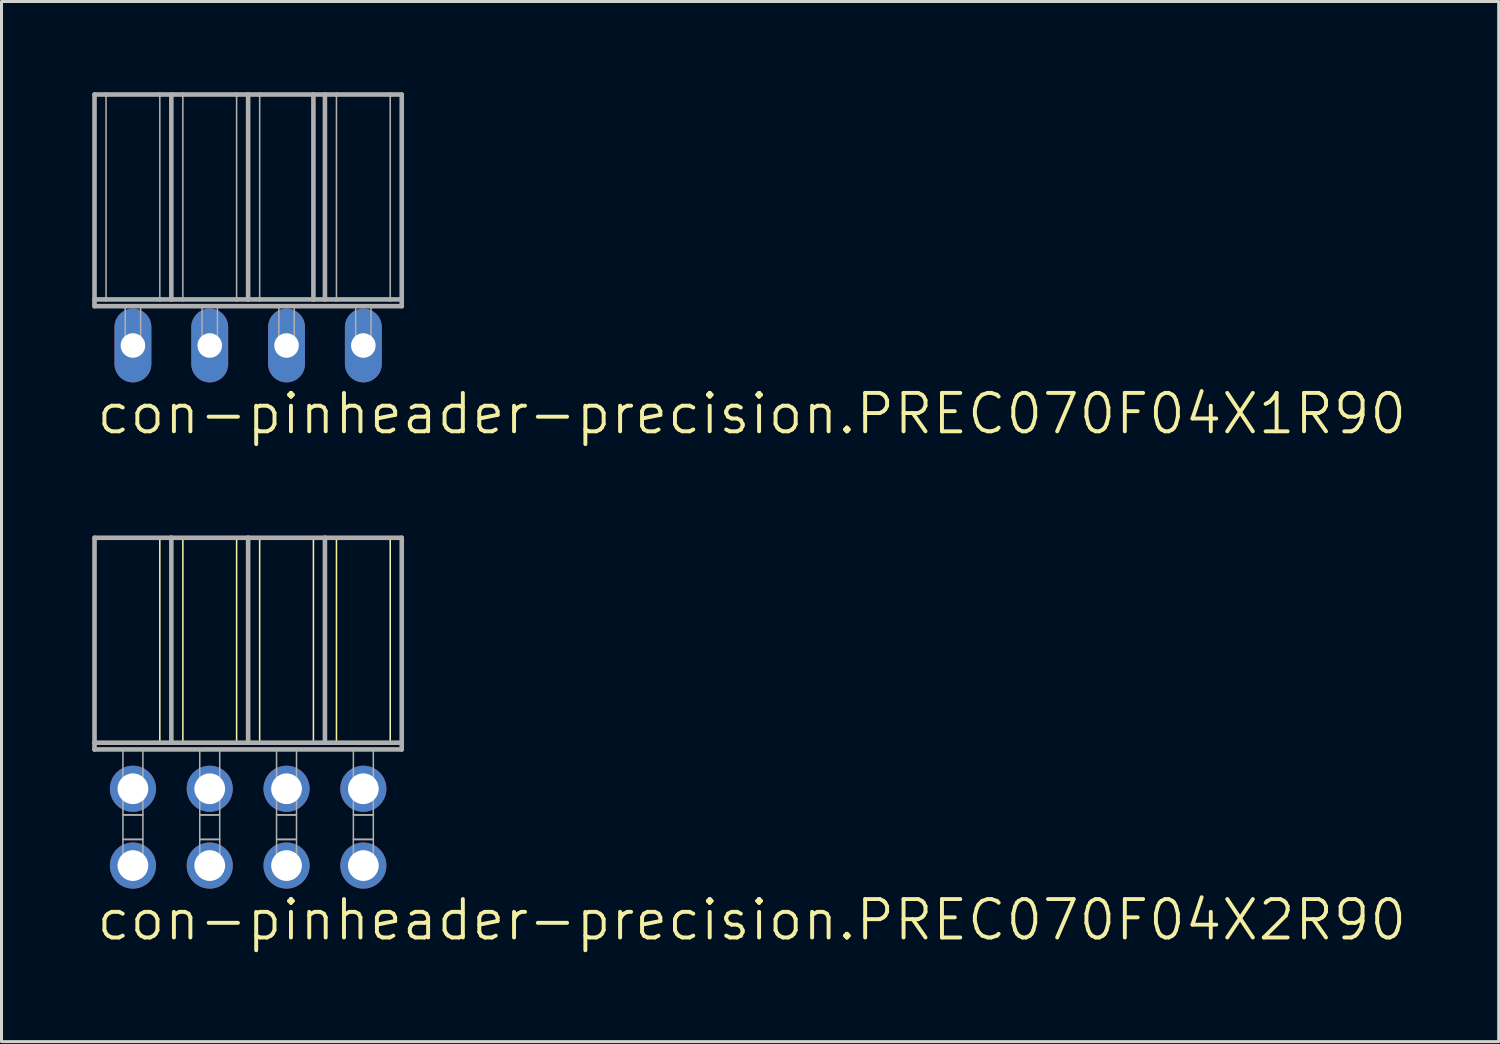
<source format=kicad_pcb>
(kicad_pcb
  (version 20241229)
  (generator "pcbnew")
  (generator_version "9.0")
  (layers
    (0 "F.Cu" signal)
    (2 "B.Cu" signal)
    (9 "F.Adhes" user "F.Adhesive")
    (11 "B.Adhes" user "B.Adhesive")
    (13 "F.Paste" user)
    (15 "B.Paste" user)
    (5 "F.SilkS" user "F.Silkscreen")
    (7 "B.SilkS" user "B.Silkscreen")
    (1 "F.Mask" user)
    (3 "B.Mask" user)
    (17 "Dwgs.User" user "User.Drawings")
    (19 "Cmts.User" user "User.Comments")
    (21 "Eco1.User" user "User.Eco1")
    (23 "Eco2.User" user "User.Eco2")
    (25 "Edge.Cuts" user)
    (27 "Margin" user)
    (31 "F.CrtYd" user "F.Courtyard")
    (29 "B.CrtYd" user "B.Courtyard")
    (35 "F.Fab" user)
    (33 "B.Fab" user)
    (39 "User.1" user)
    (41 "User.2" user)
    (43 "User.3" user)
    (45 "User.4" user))
  (footprint "con-pinheader-precision.PREC070F04X1R90"
    (layer "F.Cu")
    (at 5.156 8.376)
    (property "Reference" "con-pinheader-precision.PREC070F04X1R90" (at -5.08 3 0) (layer "F.SilkS") (effects (font (size 1.27 1.27) (thickness 0.13)) (justify left bottom)))
    (attr through_hole)
    (fp_line (start -5.08 -8.3) (end -5.08 -1.524) (stroke (width 0.152) (type default)) (layer "F.Fab"))
    (fp_line (start -5.08 -8.3) (end -4.699 -8.3) (stroke (width 0.152) (type default)) (layer "F.Fab"))
    (fp_line (start -5.08 -1.524) (end -4.699 -1.524) (stroke (width 0.152) (type default)) (layer "F.Fab"))
    (fp_line (start -5.08 -1.3) (end -5.08 -1.524) (stroke (width 0.152) (type default)) (layer "F.Fab"))
    (fp_line (start -5.08 -1.3) (end 5.08 -1.3) (stroke (width 0.152) (type default)) (layer "F.Fab"))
    (fp_line (start -4.699 -8.3) (end -4.699 -1.524) (stroke (width 0.051) (type default)) (layer "F.Fab"))
    (fp_line (start -4.699 -8.3) (end -2.921 -8.3) (stroke (width 0.152) (type default)) (layer "F.Fab"))
    (fp_line (start -4.699 -1.524) (end -2.921 -1.524) (stroke (width 0.152) (type default)) (layer "F.Fab"))
    (fp_line (start -2.921 -8.3) (end -2.921 -1.524) (stroke (width 0.051) (type default)) (layer "F.Fab"))
    (fp_line (start -2.921 -8.3) (end -2.54 -8.3) (stroke (width 0.152) (type default)) (layer "F.Fab"))
    (fp_line (start -2.921 -1.524) (end -2.54 -1.524) (stroke (width 0.152) (type default)) (layer "F.Fab"))
    (fp_line (start -2.54 -8.3) (end -2.159 -8.3) (stroke (width 0.152) (type default)) (layer "F.Fab"))
    (fp_line (start -2.54 -1.524) (end -2.54 -8.3) (stroke (width 0.152) (type default)) (layer "F.Fab"))
    (fp_line (start -2.54 -1.524) (end -2.159 -1.524) (stroke (width 0.152) (type default)) (layer "F.Fab"))
    (fp_line (start -2.159 -8.3) (end -2.159 -1.524) (stroke (width 0.051) (type default)) (layer "F.Fab"))
    (fp_line (start -2.159 -8.3) (end -0.381 -8.3) (stroke (width 0.152) (type default)) (layer "F.Fab"))
    (fp_line (start -2.159 -1.524) (end -0.381 -1.524) (stroke (width 0.152) (type default)) (layer "F.Fab"))
    (fp_line (start -0.381 -8.3) (end -0.381 -1.524) (stroke (width 0.051) (type default)) (layer "F.Fab"))
    (fp_line (start -0.381 -8.3) (end 0 -8.3) (stroke (width 0.152) (type default)) (layer "F.Fab"))
    (fp_line (start -0.381 -1.524) (end 0 -1.524) (stroke (width 0.152) (type default)) (layer "F.Fab"))
    (fp_line (start 0 -8.3) (end 0 -1.524) (stroke (width 0.152) (type default)) (layer "F.Fab"))
    (fp_line (start 0 -8.3) (end 0.381 -8.3) (stroke (width 0.152) (type default)) (layer "F.Fab"))
    (fp_line (start 0 -1.524) (end 0.381 -1.524) (stroke (width 0.152) (type default)) (layer "F.Fab"))
    (fp_line (start 0.381 -8.3) (end 0.381 -1.524) (stroke (width 0.051) (type default)) (layer "F.Fab"))
    (fp_line (start 0.381 -8.3) (end 2.159 -8.3) (stroke (width 0.152) (type default)) (layer "F.Fab"))
    (fp_line (start 0.381 -1.524) (end 2.159 -1.524) (stroke (width 0.152) (type default)) (layer "F.Fab"))
    (fp_line (start 2.159 -8.3) (end 2.159 -1.524) (stroke (width 0.152) (type default)) (layer "F.Fab"))
    (fp_line (start 2.159 -8.3) (end 2.54 -8.3) (stroke (width 0.152) (type default)) (layer "F.Fab"))
    (fp_line (start 2.159 -1.524) (end 2.54 -1.524) (stroke (width 0.152) (type default)) (layer "F.Fab"))
    (fp_line (start 2.54 -8.3) (end 2.54 -1.524) (stroke (width 0.152) (type default)) (layer "F.Fab"))
    (fp_line (start 2.54 -8.3) (end 2.921 -8.3) (stroke (width 0.152) (type default)) (layer "F.Fab"))
    (fp_line (start 2.54 -1.524) (end 2.921 -1.524) (stroke (width 0.152) (type default)) (layer "F.Fab"))
    (fp_line (start 2.921 -8.3) (end 2.921 -1.524) (stroke (width 0.051) (type default)) (layer "F.Fab"))
    (fp_line (start 2.921 -8.3) (end 4.699 -8.3) (stroke (width 0.152) (type default)) (layer "F.Fab"))
    (fp_line (start 2.921 -1.524) (end 4.699 -1.524) (stroke (width 0.152) (type default)) (layer "F.Fab"))
    (fp_line (start 4.699 -8.3) (end 4.699 -1.524) (stroke (width 0.051) (type default)) (layer "F.Fab"))
    (fp_line (start 4.699 -8.3) (end 5.08 -8.3) (stroke (width 0.152) (type default)) (layer "F.Fab"))
    (fp_line (start 4.699 -1.524) (end 5.08 -1.524) (stroke (width 0.152) (type default)) (layer "F.Fab"))
    (fp_line (start 5.08 -8.3) (end 5.08 -1.524) (stroke (width 0.152) (type default)) (layer "F.Fab"))
    (fp_line (start 5.08 -1.524) (end 5.08 -1.3) (stroke (width 0.152) (type default)) (layer "F.Fab"))
    (fp_rect (start -4.064 0) (end -3.556 -1.3) (stroke (width 0.05) (type default)) (fill no) (layer "F.Fab"))
    (fp_rect (start -1.524 0) (end -1.016 -1.3) (stroke (width 0.05) (type default)) (fill no) (layer "F.Fab"))
    (fp_rect (start 1.016 0) (end 1.524 -1.3) (stroke (width 0.05) (type default)) (fill no) (layer "F.Fab"))
    (fp_rect (start 3.556 0) (end 4.064 -1.3) (stroke (width 0.05) (type default)) (fill no) (layer "F.Fab"))
    (pad "1" thru_hole oval (at -3.81 0 90) (size 2.438 1.219) (drill 0.813) (layers "*.Cu" "*.Mask"))
    (pad "2" thru_hole oval (at -1.27 0 90) (size 2.438 1.219) (drill 0.813) (layers "*.Cu" "*.Mask"))
    (pad "3" thru_hole oval (at 1.27 0 90) (size 2.438 1.219) (drill 0.813) (layers "*.Cu" "*.Mask"))
    (pad "4" thru_hole oval (at 3.81 0 90) (size 2.438 1.219) (drill 0.813) (layers "*.Cu" "*.Mask")))
  (footprint "con-pinheader-precision.PREC070F04X2R90"
    (layer "F.Cu")
    (at 5.156 24.305)
    (property "Reference" "con-pinheader-precision.PREC070F04X2R90" (at -5.08 3.81 0) (layer "F.SilkS") (effects (font (size 1.27 1.27) (thickness 0.13)) (justify left bottom)))
    (attr through_hole)
    (fp_line (start -2.921 -9.57) (end -2.921 -2.794) (stroke (width 0.051) (type default)) (layer "F.SilkS"))
    (fp_line (start -2.159 -9.57) (end -2.159 -2.794) (stroke (width 0.051) (type default)) (layer "F.SilkS"))
    (fp_line (start -0.381 -9.57) (end -0.381 -2.794) (stroke (width 0.051) (type default)) (layer "F.SilkS"))
    (fp_line (start 0.381 -9.57) (end 0.381 -2.794) (stroke (width 0.051) (type default)) (layer "F.SilkS"))
    (fp_line (start 2.159 -9.57) (end 2.159 -2.794) (stroke (width 0.051) (type default)) (layer "F.SilkS"))
    (fp_line (start 2.921 -9.57) (end 2.921 -2.794) (stroke (width 0.051) (type default)) (layer "F.SilkS"))
    (fp_line (start 4.699 -9.57) (end 4.699 -2.794) (stroke (width 0.051) (type default)) (layer "F.SilkS"))
    (fp_line (start -5.08 -9.57) (end -2.54 -9.57) (stroke (width 0.152) (type default)) (layer "F.Fab"))
    (fp_line (start -5.08 -2.794) (end -5.08 -9.57) (stroke (width 0.152) (type default)) (layer "F.Fab"))
    (fp_line (start -5.08 -2.57) (end -5.08 -2.794) (stroke (width 0.152) (type default)) (layer "F.Fab"))
    (fp_line (start -5.08 -2.57) (end 5.08 -2.57) (stroke (width 0.152) (type default)) (layer "F.Fab"))
    (fp_line (start -2.54 -9.57) (end 0 -9.57) (stroke (width 0.152) (type default)) (layer "F.Fab"))
    (fp_line (start -2.54 -2.794) (end -5.08 -2.794) (stroke (width 0.152) (type default)) (layer "F.Fab"))
    (fp_line (start -2.54 -2.794) (end -2.54 -9.57) (stroke (width 0.152) (type default)) (layer "F.Fab"))
    (fp_line (start -2.54 -2.794) (end 0 -2.794) (stroke (width 0.152) (type default)) (layer "F.Fab"))
    (fp_line (start 0 -9.57) (end 2.54 -9.57) (stroke (width 0.152) (type default)) (layer "F.Fab"))
    (fp_line (start 0 -2.794) (end 0 -9.57) (stroke (width 0.152) (type default)) (layer "F.Fab"))
    (fp_line (start 2.54 -9.57) (end 5.08 -9.57) (stroke (width 0.152) (type default)) (layer "F.Fab"))
    (fp_line (start 2.54 -2.794) (end 0 -2.794) (stroke (width 0.152) (type default)) (layer "F.Fab"))
    (fp_line (start 2.54 -2.794) (end 2.54 -9.57) (stroke (width 0.152) (type default)) (layer "F.Fab"))
    (fp_line (start 5.08 -2.794) (end 2.54 -2.794) (stroke (width 0.152) (type default)) (layer "F.Fab"))
    (fp_line (start 5.08 -2.794) (end 5.08 -9.57) (stroke (width 0.152) (type default)) (layer "F.Fab"))
    (fp_line (start 5.08 -2.57) (end 5.08 -2.794) (stroke (width 0.152) (type default)) (layer "F.Fab"))
    (fp_rect (start -4.14 -0.406) (end -3.48 -2.57) (stroke (width 0.05) (type default)) (fill no) (layer "F.Fab"))
    (fp_rect (start -4.14 0.406) (end -3.48 -0.406) (stroke (width 0.05) (type default)) (fill no) (layer "F.Fab"))
    (fp_rect (start -4.14 1.575) (end -3.48 0.406) (stroke (width 0.05) (type default)) (fill no) (layer "F.Fab"))
    (fp_rect (start -1.6 -0.406) (end -0.94 -2.57) (stroke (width 0.05) (type default)) (fill no) (layer "F.Fab"))
    (fp_rect (start -1.6 0.406) (end -0.94 -0.406) (stroke (width 0.05) (type default)) (fill no) (layer "F.Fab"))
    (fp_rect (start -1.6 1.575) (end -0.94 0.406) (stroke (width 0.05) (type default)) (fill no) (layer "F.Fab"))
    (fp_rect (start 0.94 -0.406) (end 1.6 -2.57) (stroke (width 0.05) (type default)) (fill no) (layer "F.Fab"))
    (fp_rect (start 0.94 0.406) (end 1.6 -0.406) (stroke (width 0.05) (type default)) (fill no) (layer "F.Fab"))
    (fp_rect (start 0.94 1.575) (end 1.6 0.406) (stroke (width 0.05) (type default)) (fill no) (layer "F.Fab"))
    (fp_rect (start 3.48 -0.406) (end 4.14 -2.57) (stroke (width 0.05) (type default)) (fill no) (layer "F.Fab"))
    (fp_rect (start 3.48 0.406) (end 4.14 -0.406) (stroke (width 0.05) (type default)) (fill no) (layer "F.Fab"))
    (fp_rect (start 3.48 1.575) (end 4.14 0.406) (stroke (width 0.05) (type default)) (fill no) (layer "F.Fab"))
    (pad "1" thru_hole circle (at -3.81 -1.27 180) (size 1.524 1.524) (drill 1.016) (layers "*.Cu" "*.Mask"))
    (pad "2" thru_hole circle (at -3.81 1.27 180) (size 1.524 1.524) (drill 1.016) (layers "*.Cu" "*.Mask"))
    (pad "3" thru_hole circle (at -1.27 -1.27 180) (size 1.524 1.524) (drill 1.016) (layers "*.Cu" "*.Mask"))
    (pad "4" thru_hole circle (at -1.27 1.27 180) (size 1.524 1.524) (drill 1.016) (layers "*.Cu" "*.Mask"))
    (pad "5" thru_hole circle (at 1.27 -1.27 180) (size 1.524 1.524) (drill 1.016) (layers "*.Cu" "*.Mask"))
    (pad "6" thru_hole circle (at 1.27 1.27 180) (size 1.524 1.524) (drill 1.016) (layers "*.Cu" "*.Mask"))
    (pad "7" thru_hole circle (at 3.81 -1.27 180) (size 1.524 1.524) (drill 1.016) (layers "*.Cu" "*.Mask"))
    (pad "8" thru_hole circle (at 3.81 1.27 180) (size 1.524 1.524) (drill 1.016) (layers "*.Cu" "*.Mask")))
  (gr_rect
    (start -3 -3)
    (end 46.513 31.397)
    (stroke (width 0.1) (type default))
    (fill no)
    (layer "Edge.Cuts")))
</source>
